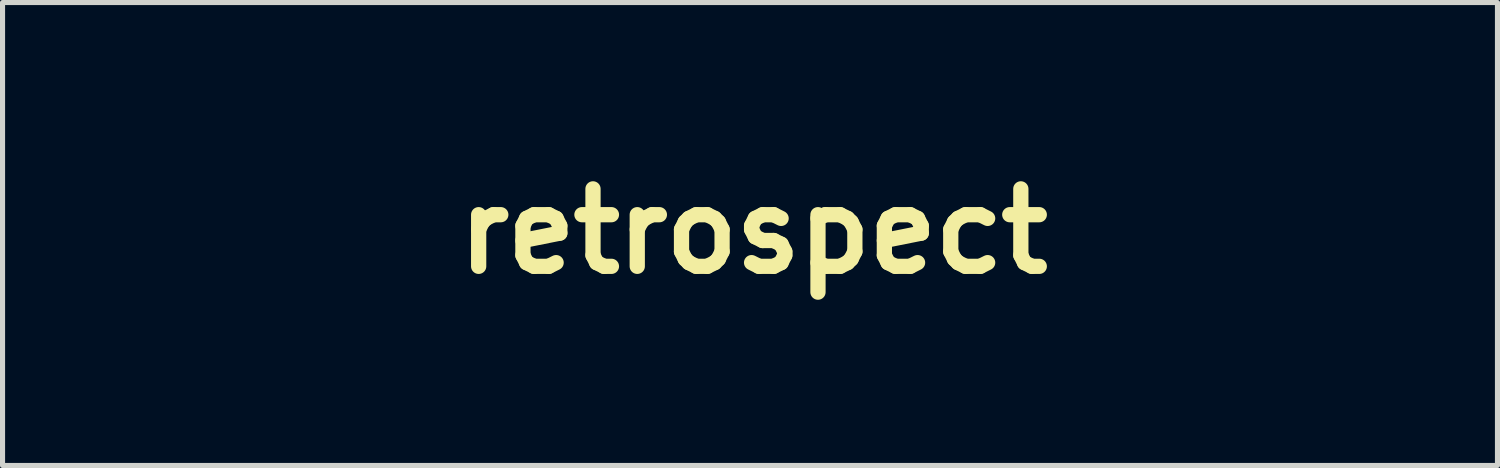
<source format=kicad_pcb>
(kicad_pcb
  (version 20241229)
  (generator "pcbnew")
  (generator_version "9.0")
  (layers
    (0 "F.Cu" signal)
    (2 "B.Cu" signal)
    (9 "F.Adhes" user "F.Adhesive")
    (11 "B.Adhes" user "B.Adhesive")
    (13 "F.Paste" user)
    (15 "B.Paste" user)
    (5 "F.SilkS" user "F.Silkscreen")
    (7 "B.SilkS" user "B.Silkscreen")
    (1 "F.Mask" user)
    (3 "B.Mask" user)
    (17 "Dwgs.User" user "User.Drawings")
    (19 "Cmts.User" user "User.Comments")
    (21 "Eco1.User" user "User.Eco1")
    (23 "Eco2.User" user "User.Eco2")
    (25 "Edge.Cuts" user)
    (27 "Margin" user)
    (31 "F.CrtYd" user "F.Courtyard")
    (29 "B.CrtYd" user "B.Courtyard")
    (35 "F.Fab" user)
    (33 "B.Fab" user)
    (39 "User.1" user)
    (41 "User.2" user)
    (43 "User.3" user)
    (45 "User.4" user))
  (footprint "retrospect"
    (layer "F.Cu")
    (at 11.775 1.501)
    (property "Reference" "retrospect" (at 0 0 0) (layer "F.SilkS") (effects (font (size 1.524 1.524) (thickness 0.3))))
    (attr through_hole)
    (fp_poly (pts (xy -4.849 -1.254) (xy -4.869 -1.118) (xy -4.884 -0.903) (xy -4.889 -0.683) (xy -4.889 -0.254) (xy -5.442 -0.254) (xy -5.483 0.232) (xy -5.505 0.534) (xy -5.519 0.848) (xy -5.524 1.089) (xy -5.524 1.46) (xy -5.962 1.46) (xy -6.194 1.457) (xy -6.33 1.44) (xy -6.4 1.4) (xy -6.434 1.329) (xy -6.437 1.318) (xy -6.454 1.193) (xy -6.467 0.978) (xy -6.475 0.709) (xy -6.476 0.561) (xy -6.48 0.285) (xy -6.491 0.05) (xy -6.506 -0.11) (xy -6.516 -0.154) (xy -6.596 -0.225) (xy -6.775 -0.253) (xy -6.833 -0.254) (xy -7.112 -0.254) (xy -7.112 -1.397) (xy -4.811 -1.397) (xy -4.849 -1.254)) (stroke (width 0.01) (type solid)) (fill yes) (layer "F.Mask"))
    (fp_poly (pts (xy 11.597 -1.254) (xy 11.577 -1.118) (xy 11.563 -0.903) (xy 11.558 -0.683) (xy 11.557 -0.254) (xy 11.004 -0.254) (xy 10.963 0.232) (xy 10.942 0.534) (xy 10.927 0.848) (xy 10.922 1.089) (xy 10.922 1.46) (xy 10.485 1.46) (xy 10.252 1.457) (xy 10.116 1.44) (xy 10.046 1.4) (xy 10.013 1.329) (xy 10.01 1.318) (xy 9.993 1.193) (xy 9.979 0.978) (xy 9.972 0.709) (xy 9.97 0.561) (xy 9.966 0.285) (xy 9.956 0.05) (xy 9.94 -0.11) (xy 9.931 -0.154) (xy 9.851 -0.225) (xy 9.671 -0.253) (xy 9.613 -0.254) (xy 9.335 -0.254) (xy 9.335 -1.397) (xy 11.635 -1.397) (xy 11.597 -1.254)) (stroke (width 0.01) (type solid)) (fill yes) (layer "F.Mask"))
    (fp_poly (pts (xy 1.88 -1.452) (xy 2.058 -1.432) (xy 2.142 -1.409) (xy 2.185 -1.323) (xy 2.225 -1.136) (xy 2.257 -0.874) (xy 2.262 -0.812) (xy 2.304 -0.264) (xy 2.127 -0.243) (xy 1.95 -0.192) (xy 1.871 -0.085) (xy 1.887 0.09) (xy 1.988 0.33) (xy 2.081 0.539) (xy 2.144 0.723) (xy 2.159 0.814) (xy 2.102 1.075) (xy 1.944 1.283) (xy 1.705 1.429) (xy 1.403 1.5) (xy 1.058 1.484) (xy 1.032 1.479) (xy 0.918 1.417) (xy 0.888 1.345) (xy 0.871 1.197) (xy 0.849 1.095) (xy 0.84 0.99) (xy 0.916 0.954) (xy 0.972 0.953) (xy 1.201 0.923) (xy 1.317 0.838) (xy 1.32 0.698) (xy 1.211 0.506) (xy 1.009 0.283) (xy 0.728 -0.031) (xy 0.563 -0.322) (xy 0.512 -0.604) (xy 0.568 -0.89) (xy 0.609 -0.988) (xy 0.783 -1.209) (xy 1.055 -1.364) (xy 1.414 -1.447) (xy 1.655 -1.46) (xy 1.88 -1.452)) (stroke (width 0.01) (type solid)) (fill yes) (layer "F.Mask"))
    (fp_poly (pts (xy 8.895 -1.393) (xy 9.057 -1.37) (xy 9.15 -1.303) (xy 9.194 -1.17) (xy 9.207 -0.948) (xy 9.207 -0.725) (xy 9.207 -0.254) (xy 8.979 -0.254) (xy 8.704 -0.205) (xy 8.476 -0.073) (xy 8.331 0.122) (xy 8.32 0.149) (xy 8.263 0.379) (xy 8.288 0.557) (xy 8.405 0.737) (xy 8.44 0.777) (xy 8.576 0.908) (xy 8.707 0.965) (xy 8.896 0.974) (xy 8.919 0.973) (xy 9.211 0.962) (xy 9.169 1.195) (xy 9.123 1.361) (xy 9.066 1.467) (xy 9.055 1.475) (xy 8.921 1.514) (xy 8.705 1.525) (xy 8.45 1.51) (xy 8.199 1.473) (xy 7.995 1.416) (xy 7.966 1.404) (xy 7.637 1.191) (xy 7.384 0.897) (xy 7.212 0.547) (xy 7.126 0.166) (xy 7.132 -0.222) (xy 7.235 -0.593) (xy 7.44 -0.922) (xy 7.448 -0.932) (xy 7.702 -1.163) (xy 7.996 -1.309) (xy 8.359 -1.382) (xy 8.645 -1.396) (xy 8.895 -1.393)) (stroke (width 0.01) (type solid)) (fill yes) (layer "F.Mask"))
    (fp_poly (pts (xy 3.577 -1.426) (xy 3.801 -1.416) (xy 3.966 -1.39) (xy 4.103 -1.345) (xy 4.248 -1.274) (xy 4.293 -1.249) (xy 4.6 -1.029) (xy 4.791 -0.767) (xy 4.875 -0.445) (xy 4.877 -0.184) (xy 4.793 0.19) (xy 4.607 0.498) (xy 4.333 0.724) (xy 3.984 0.856) (xy 3.926 0.866) (xy 3.761 0.908) (xy 3.692 0.977) (xy 3.682 1.04) (xy 3.672 1.241) (xy 3.628 1.365) (xy 3.526 1.431) (xy 3.341 1.457) (xy 3.115 1.46) (xy 2.625 1.46) (xy 2.565 0.088) (xy 3.683 0.088) (xy 3.683 0.438) (xy 3.874 0.371) (xy 4.046 0.258) (xy 4.105 0.143) (xy 4.106 -0.057) (xy 4.003 -0.192) (xy 3.851 -0.242) (xy 3.755 -0.247) (xy 3.705 -0.212) (xy 3.686 -0.107) (xy 3.683 0.088) (xy 2.565 0.088) (xy 2.564 0.048) (xy 2.547 -0.363) (xy 2.534 -0.729) (xy 2.526 -1.033) (xy 2.522 -1.256) (xy 2.524 -1.379) (xy 2.527 -1.397) (xy 2.596 -1.41) (xy 2.766 -1.42) (xy 3.009 -1.427) (xy 3.26 -1.429) (xy 3.577 -1.426)) (stroke (width 0.01) (type solid)) (fill yes) (layer "F.Mask"))
    (fp_poly (pts (xy -7.287 -0.937) (xy -7.302 -0.627) (xy -7.322 -0.423) (xy -7.358 -0.304) (xy -7.423 -0.248) (xy -7.529 -0.236) (xy -7.681 -0.244) (xy -7.87 -0.253) (xy -7.964 -0.236) (xy -7.997 -0.179) (xy -8.001 -0.101) (xy -7.992 -0.004) (xy -7.943 0.044) (xy -7.822 0.062) (xy -7.676 0.064) (xy -7.35 0.064) (xy -7.39 0.262) (xy -7.418 0.418) (xy -7.429 0.515) (xy -7.429 0.516) (xy -7.486 0.549) (xy -7.63 0.569) (xy -7.715 0.572) (xy -7.891 0.577) (xy -7.974 0.609) (xy -7.999 0.691) (xy -8.001 0.768) (xy -8.001 0.964) (xy -7.652 0.943) (xy -7.303 0.921) (xy -7.343 1.143) (xy -7.377 1.305) (xy -7.407 1.407) (xy -7.41 1.413) (xy -7.48 1.431) (xy -7.652 1.446) (xy -7.902 1.456) (xy -8.204 1.46) (xy -8.25 1.46) (xy -9.063 1.46) (xy -9.11 0.116) (xy -9.125 -0.288) (xy -9.141 -0.651) (xy -9.158 -0.954) (xy -9.173 -1.177) (xy -9.185 -1.298) (xy -9.189 -1.312) (xy -9.179 -1.345) (xy -9.11 -1.369) (xy -8.966 -1.385) (xy -8.731 -1.393) (xy -8.39 -1.397) (xy -8.244 -1.397) (xy -7.267 -1.397) (xy -7.287 -0.937)) (stroke (width 0.01) (type solid)) (fill yes) (layer "F.Mask"))
    (fp_poly (pts (xy -0.357 -1.407) (xy -0.047 -1.213) (xy 0.194 -0.925) (xy 0.262 -0.796) (xy 0.345 -0.511) (xy 0.381 -0.157) (xy 0.372 0.216) (xy 0.316 0.56) (xy 0.249 0.762) (xy 0.047 1.114) (xy -0.195 1.351) (xy -0.49 1.484) (xy -0.838 1.524) (xy -1.174 1.484) (xy -1.396 1.389) (xy -1.569 1.272) (xy -1.699 1.144) (xy -1.821 0.968) (xy -1.92 0.794) (xy -1.992 0.637) (xy -2.035 0.465) (xy -2.056 0.237) (xy -2.057 0.215) (xy -1.165 0.215) (xy -1.153 0.438) (xy -1.094 0.647) (xy -0.993 0.808) (xy -0.858 0.886) (xy -0.826 0.889) (xy -0.704 0.839) (xy -0.594 0.725) (xy -0.507 0.513) (xy -0.483 0.27) (xy -0.521 0.042) (xy -0.616 -0.124) (xy -0.631 -0.137) (xy -0.751 -0.221) (xy -0.826 -0.254) (xy -0.906 -0.218) (xy -1.02 -0.137) (xy -1.123 0.012) (xy -1.165 0.215) (xy -2.057 0.215) (xy -2.062 -0.032) (xy -2.058 -0.32) (xy -2.041 -0.521) (xy -2.002 -0.676) (xy -1.933 -0.824) (xy -1.892 -0.896) (xy -1.704 -1.158) (xy -1.487 -1.33) (xy -1.198 -1.443) (xy -1.096 -1.468) (xy -0.714 -1.496) (xy -0.357 -1.407)) (stroke (width 0.01) (type solid)) (fill yes) (layer "F.Mask"))
    (fp_poly (pts (xy 6.937 -0.937) (xy 6.922 -0.627) (xy 6.902 -0.423) (xy 6.866 -0.304) (xy 6.801 -0.248) (xy 6.695 -0.236) (xy 6.543 -0.244) (xy 6.354 -0.253) (xy 6.26 -0.236) (xy 6.227 -0.179) (xy 6.223 -0.101) (xy 6.232 -0.004) (xy 6.281 0.044) (xy 6.402 0.062) (xy 6.548 0.064) (xy 6.874 0.064) (xy 6.834 0.262) (xy 6.806 0.418) (xy 6.795 0.515) (xy 6.795 0.516) (xy 6.738 0.549) (xy 6.594 0.569) (xy 6.509 0.572) (xy 6.333 0.577) (xy 6.25 0.609) (xy 6.225 0.691) (xy 6.223 0.768) (xy 6.223 0.964) (xy 6.572 0.943) (xy 6.921 0.921) (xy 6.881 1.143) (xy 6.847 1.305) (xy 6.817 1.407) (xy 6.814 1.413) (xy 6.744 1.431) (xy 6.572 1.446) (xy 6.322 1.456) (xy 6.02 1.46) (xy 5.974 1.46) (xy 5.161 1.46) (xy 5.114 0.116) (xy 5.099 -0.288) (xy 5.083 -0.651) (xy 5.066 -0.954) (xy 5.051 -1.177) (xy 5.039 -1.298) (xy 5.035 -1.312) (xy 5.045 -1.345) (xy 5.114 -1.369) (xy 5.258 -1.385) (xy 5.493 -1.393) (xy 5.834 -1.397) (xy 5.98 -1.397) (xy 6.957 -1.397) (xy 6.937 -0.937)) (stroke (width 0.01) (type solid)) (fill yes) (layer "F.Mask"))
    (fp_poly (pts (xy -10.657 -1.418) (xy -10.407 -1.405) (xy -10.221 -1.378) (xy -10.067 -1.333) (xy -9.97 -1.292) (xy -9.678 -1.129) (xy -9.491 -0.944) (xy -9.387 -0.704) (xy -9.346 -0.409) (xy -9.338 -0.168) (xy -9.358 -0.001) (xy -9.417 0.143) (xy -9.487 0.255) (xy -9.594 0.404) (xy -9.677 0.495) (xy -9.701 0.509) (xy -9.79 0.54) (xy -9.837 0.567) (xy -9.871 0.617) (xy -9.84 0.704) (xy -9.736 0.85) (xy -9.655 0.949) (xy -9.521 1.116) (xy -9.431 1.241) (xy -9.406 1.297) (xy -9.406 1.297) (xy -9.471 1.335) (xy -9.615 1.411) (xy -9.757 1.483) (xy -9.951 1.573) (xy -10.068 1.603) (xy -10.138 1.579) (xy -10.155 1.562) (xy -10.223 1.462) (xy -10.325 1.292) (xy -10.414 1.135) (xy -10.602 0.794) (xy -10.604 1.46) (xy -11.664 1.46) (xy -11.719 0.192) (xy -10.604 0.192) (xy -10.59 0.339) (xy -10.567 0.398) (xy -10.477 0.41) (xy -10.338 0.361) (xy -10.239 0.3) (xy -10.165 0.173) (xy -10.18 0.013) (xy -10.276 -0.132) (xy -10.316 -0.163) (xy -10.448 -0.224) (xy -10.538 -0.224) (xy -10.576 -0.142) (xy -10.599 0.014) (xy -10.604 0.192) (xy -11.719 0.192) (xy -11.725 0.048) (xy -11.742 -0.362) (xy -11.755 -0.728) (xy -11.765 -1.031) (xy -11.77 -1.252) (xy -11.769 -1.374) (xy -11.767 -1.391) (xy -11.7 -1.402) (xy -11.532 -1.41) (xy -11.288 -1.417) (xy -11.002 -1.42) (xy -10.657 -1.418)) (stroke (width 0.01) (type solid)) (fill yes) (layer "F.Mask"))
    (fp_poly (pts (xy -3.545 -1.418) (xy -3.295 -1.405) (xy -3.109 -1.378) (xy -2.955 -1.333) (xy -2.857 -1.292) (xy -2.566 -1.129) (xy -2.379 -0.944) (xy -2.275 -0.704) (xy -2.234 -0.409) (xy -2.226 -0.168) (xy -2.246 -0.001) (xy -2.305 0.143) (xy -2.375 0.255) (xy -2.482 0.404) (xy -2.565 0.495) (xy -2.589 0.509) (xy -2.678 0.54) (xy -2.725 0.567) (xy -2.759 0.617) (xy -2.728 0.704) (xy -2.624 0.85) (xy -2.543 0.949) (xy -2.409 1.116) (xy -2.319 1.241) (xy -2.294 1.297) (xy -2.294 1.297) (xy -2.359 1.335) (xy -2.503 1.411) (xy -2.645 1.483) (xy -2.839 1.573) (xy -2.956 1.603) (xy -3.026 1.579) (xy -3.043 1.562) (xy -3.111 1.462) (xy -3.213 1.292) (xy -3.302 1.135) (xy -3.49 0.794) (xy -3.493 1.46) (xy -4.552 1.46) (xy -4.607 0.192) (xy -3.492 0.192) (xy -3.478 0.339) (xy -3.455 0.398) (xy -3.365 0.41) (xy -3.226 0.361) (xy -3.127 0.3) (xy -3.053 0.173) (xy -3.068 0.013) (xy -3.164 -0.132) (xy -3.204 -0.163) (xy -3.336 -0.224) (xy -3.426 -0.224) (xy -3.464 -0.142) (xy -3.487 0.014) (xy -3.492 0.192) (xy -4.607 0.192) (xy -4.613 0.048) (xy -4.63 -0.362) (xy -4.643 -0.728) (xy -4.653 -1.031) (xy -4.658 -1.252) (xy -4.657 -1.374) (xy -4.655 -1.391) (xy -4.588 -1.402) (xy -4.42 -1.41) (xy -4.176 -1.417) (xy -3.89 -1.42) (xy -3.545 -1.418)) (stroke (width 0.01) (type solid)) (fill yes) (layer "F.Mask")))
  (gr_rect
    (start -3 -3)
    (end 26.415 6.109)
    (stroke (width 0.1) (type default))
    (fill no)
    (layer "Edge.Cuts")))
</source>
